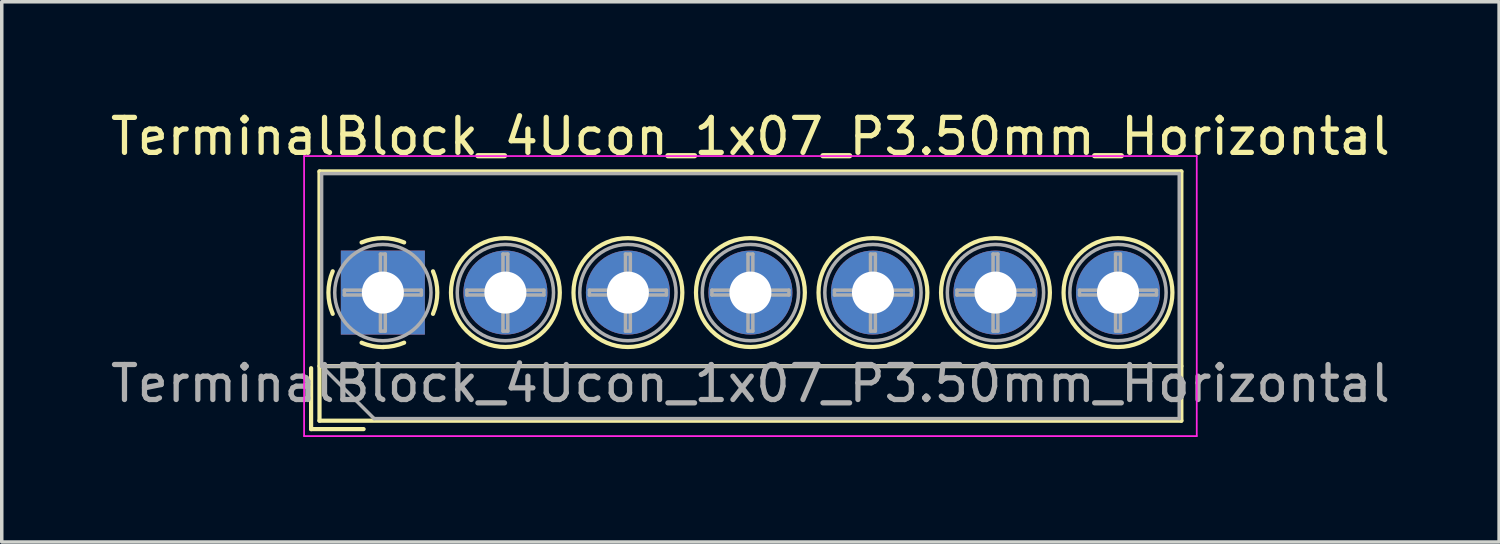
<source format=kicad_pcb>
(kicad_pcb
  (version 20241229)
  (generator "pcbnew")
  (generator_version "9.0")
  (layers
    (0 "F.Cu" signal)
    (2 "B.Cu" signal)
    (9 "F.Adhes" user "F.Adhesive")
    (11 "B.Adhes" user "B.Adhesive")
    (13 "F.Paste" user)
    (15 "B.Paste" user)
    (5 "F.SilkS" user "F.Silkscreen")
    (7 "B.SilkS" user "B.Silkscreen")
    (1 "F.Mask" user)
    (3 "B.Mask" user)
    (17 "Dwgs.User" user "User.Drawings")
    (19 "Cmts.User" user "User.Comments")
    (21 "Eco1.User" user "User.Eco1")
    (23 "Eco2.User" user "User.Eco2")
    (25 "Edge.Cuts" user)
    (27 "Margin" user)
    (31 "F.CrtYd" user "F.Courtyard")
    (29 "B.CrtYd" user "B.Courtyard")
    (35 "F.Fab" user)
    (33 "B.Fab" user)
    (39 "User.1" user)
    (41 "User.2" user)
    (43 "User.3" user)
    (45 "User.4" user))
  (footprint "TerminalBlock_4Ucon_1x07_P3.50mm_Horizontal"
    (layer "F.Cu")
    (at 7.887 5.308)
    (property "Reference" "TerminalBlock_4Ucon_1x07_P3.50mm_Horizontal" (at 10.5 -4.46 0) (layer "F.SilkS") (effects (font (size 1 1) (thickness 0.15))))
    (attr through_hole)
    (fp_line (start -2.05 2.16) (end -2.05 3.9) (stroke (width 0.12) (type solid)) (layer "F.SilkS"))
    (fp_line (start -2.05 3.9) (end -0.55 3.9) (stroke (width 0.12) (type solid)) (layer "F.SilkS"))
    (fp_line (start -1.81 -3.46) (end -1.81 3.66) (stroke (width 0.12) (type solid)) (layer "F.SilkS"))
    (fp_line (start -1.81 2.1) (end 22.81 2.1) (stroke (width 0.12) (type solid)) (layer "F.SilkS"))
    (fp_line (start -1.81 3.66) (end 22.81 3.66) (stroke (width 0.12) (type solid)) (layer "F.SilkS"))
    (fp_line (start 22.81 -3.46) (end -1.81 -3.46) (stroke (width 0.12) (type solid)) (layer "F.SilkS"))
    (fp_line (start 22.81 3.66) (end 22.81 -3.46) (stroke (width 0.12) (type solid)) (layer "F.SilkS"))
    (fp_arc (start -1.432109 0.607742) (mid -1.555727 -0.00014) (end -1.432 -0.608) (stroke (width 0.12) (type solid)) (layer "F.SilkS"))
    (fp_arc (start -0.607742 -1.432109) (mid 0.00014 -1.555727) (end 0.608 -1.432) (stroke (width 0.12) (type solid)) (layer "F.SilkS"))
    (fp_arc (start 0.027011 1.555493) (mid -0.296984 1.527118) (end -0.608 1.432) (stroke (width 0.12) (type solid)) (layer "F.SilkS"))
    (fp_arc (start 0.607587 1.431385) (mid 0.310017 1.523783) (end 0 1.555) (stroke (width 0.12) (type solid)) (layer "F.SilkS"))
    (fp_arc (start 1.432109 -0.607742) (mid 1.555727 0.00014) (end 1.432 0.608) (stroke (width 0.12) (type solid)) (layer "F.SilkS"))
    (fp_circle (center 3.5 0) (end 5.055 0) (stroke (width 0.12) (type solid)) (fill no) (layer "F.SilkS"))
    (fp_circle (center 7 0) (end 8.555 0) (stroke (width 0.12) (type solid)) (fill no) (layer "F.SilkS"))
    (fp_circle (center 10.5 0) (end 12.055 0) (stroke (width 0.12) (type solid)) (fill no) (layer "F.SilkS"))
    (fp_circle (center 14 0) (end 15.555 0) (stroke (width 0.12) (type solid)) (fill no) (layer "F.SilkS"))
    (fp_circle (center 17.5 0) (end 19.055 0) (stroke (width 0.12) (type solid)) (fill no) (layer "F.SilkS"))
    (fp_circle (center 21 0) (end 22.555 0) (stroke (width 0.12) (type solid)) (fill no) (layer "F.SilkS"))
    (fp_line (start -2.25 -3.9) (end -2.25 4.1) (stroke (width 0.05) (type solid)) (layer "F.CrtYd"))
    (fp_line (start -2.25 4.1) (end 23.25 4.1) (stroke (width 0.05) (type solid)) (layer "F.CrtYd"))
    (fp_line (start 23.25 -3.9) (end -2.25 -3.9) (stroke (width 0.05) (type solid)) (layer "F.CrtYd"))
    (fp_line (start 23.25 4.1) (end 23.25 -3.9) (stroke (width 0.05) (type solid)) (layer "F.CrtYd"))
    (fp_line (start -1.75 -3.4) (end 22.75 -3.4) (stroke (width 0.1) (type solid)) (layer "F.Fab"))
    (fp_line (start -1.75 2.1) (end -1.75 -3.4) (stroke (width 0.1) (type solid)) (layer "F.Fab"))
    (fp_line (start -1.75 2.1) (end 22.75 2.1) (stroke (width 0.1) (type solid)) (layer "F.Fab"))
    (fp_line (start -1.1 -0.069) (end -0.069 -0.069) (stroke (width 0.1) (type solid)) (layer "F.Fab"))
    (fp_line (start -1.1 0.069) (end -1.1 -0.069) (stroke (width 0.1) (type solid)) (layer "F.Fab"))
    (fp_line (start -0.25 3.6) (end -1.75 2.1) (stroke (width 0.1) (type solid)) (layer "F.Fab"))
    (fp_line (start -0.069 -1.1) (end 0.069 -1.1) (stroke (width 0.1) (type solid)) (layer "F.Fab"))
    (fp_line (start -0.069 -0.069) (end -0.069 -1.1) (stroke (width 0.1) (type solid)) (layer "F.Fab"))
    (fp_line (start -0.069 0.069) (end -1.1 0.069) (stroke (width 0.1) (type solid)) (layer "F.Fab"))
    (fp_line (start -0.069 1.1) (end -0.069 0.069) (stroke (width 0.1) (type solid)) (layer "F.Fab"))
    (fp_line (start 0.069 -1.1) (end 0.069 -0.069) (stroke (width 0.1) (type solid)) (layer "F.Fab"))
    (fp_line (start 0.069 -0.069) (end 1.1 -0.069) (stroke (width 0.1) (type solid)) (layer "F.Fab"))
    (fp_line (start 0.069 0.069) (end 0.069 1.1) (stroke (width 0.1) (type solid)) (layer "F.Fab"))
    (fp_line (start 0.069 1.1) (end -0.069 1.1) (stroke (width 0.1) (type solid)) (layer "F.Fab"))
    (fp_line (start 1.1 -0.069) (end 1.1 0.069) (stroke (width 0.1) (type solid)) (layer "F.Fab"))
    (fp_line (start 1.1 0.069) (end 0.069 0.069) (stroke (width 0.1) (type solid)) (layer "F.Fab"))
    (fp_line (start 2.4 -0.069) (end 3.431 -0.069) (stroke (width 0.1) (type solid)) (layer "F.Fab"))
    (fp_line (start 2.4 0.069) (end 2.4 -0.069) (stroke (width 0.1) (type solid)) (layer "F.Fab"))
    (fp_line (start 3.431 -1.1) (end 3.569 -1.1) (stroke (width 0.1) (type solid)) (layer "F.Fab"))
    (fp_line (start 3.431 -0.069) (end 3.431 -1.1) (stroke (width 0.1) (type solid)) (layer "F.Fab"))
    (fp_line (start 3.431 0.069) (end 2.4 0.069) (stroke (width 0.1) (type solid)) (layer "F.Fab"))
    (fp_line (start 3.431 1.1) (end 3.431 0.069) (stroke (width 0.1) (type solid)) (layer "F.Fab"))
    (fp_line (start 3.569 -1.1) (end 3.569 -0.069) (stroke (width 0.1) (type solid)) (layer "F.Fab"))
    (fp_line (start 3.569 -0.069) (end 4.6 -0.069) (stroke (width 0.1) (type solid)) (layer "F.Fab"))
    (fp_line (start 3.569 0.069) (end 3.569 1.1) (stroke (width 0.1) (type solid)) (layer "F.Fab"))
    (fp_line (start 3.569 1.1) (end 3.431 1.1) (stroke (width 0.1) (type solid)) (layer "F.Fab"))
    (fp_line (start 4.6 -0.069) (end 4.6 0.069) (stroke (width 0.1) (type solid)) (layer "F.Fab"))
    (fp_line (start 4.6 0.069) (end 3.569 0.069) (stroke (width 0.1) (type solid)) (layer "F.Fab"))
    (fp_line (start 5.9 -0.069) (end 6.931 -0.069) (stroke (width 0.1) (type solid)) (layer "F.Fab"))
    (fp_line (start 5.9 0.069) (end 5.9 -0.069) (stroke (width 0.1) (type solid)) (layer "F.Fab"))
    (fp_line (start 6.931 -1.1) (end 7.069 -1.1) (stroke (width 0.1) (type solid)) (layer "F.Fab"))
    (fp_line (start 6.931 -0.069) (end 6.931 -1.1) (stroke (width 0.1) (type solid)) (layer "F.Fab"))
    (fp_line (start 6.931 0.069) (end 5.9 0.069) (stroke (width 0.1) (type solid)) (layer "F.Fab"))
    (fp_line (start 6.931 1.1) (end 6.931 0.069) (stroke (width 0.1) (type solid)) (layer "F.Fab"))
    (fp_line (start 7.069 -1.1) (end 7.069 -0.069) (stroke (width 0.1) (type solid)) (layer "F.Fab"))
    (fp_line (start 7.069 -0.069) (end 8.1 -0.069) (stroke (width 0.1) (type solid)) (layer "F.Fab"))
    (fp_line (start 7.069 0.069) (end 7.069 1.1) (stroke (width 0.1) (type solid)) (layer "F.Fab"))
    (fp_line (start 7.069 1.1) (end 6.931 1.1) (stroke (width 0.1) (type solid)) (layer "F.Fab"))
    (fp_line (start 8.1 -0.069) (end 8.1 0.069) (stroke (width 0.1) (type solid)) (layer "F.Fab"))
    (fp_line (start 8.1 0.069) (end 7.069 0.069) (stroke (width 0.1) (type solid)) (layer "F.Fab"))
    (fp_line (start 9.4 -0.069) (end 10.431 -0.069) (stroke (width 0.1) (type solid)) (layer "F.Fab"))
    (fp_line (start 9.4 0.069) (end 9.4 -0.069) (stroke (width 0.1) (type solid)) (layer "F.Fab"))
    (fp_line (start 10.431 -1.1) (end 10.569 -1.1) (stroke (width 0.1) (type solid)) (layer "F.Fab"))
    (fp_line (start 10.431 -0.069) (end 10.431 -1.1) (stroke (width 0.1) (type solid)) (layer "F.Fab"))
    (fp_line (start 10.431 0.069) (end 9.4 0.069) (stroke (width 0.1) (type solid)) (layer "F.Fab"))
    (fp_line (start 10.431 1.1) (end 10.431 0.069) (stroke (width 0.1) (type solid)) (layer "F.Fab"))
    (fp_line (start 10.569 -1.1) (end 10.569 -0.069) (stroke (width 0.1) (type solid)) (layer "F.Fab"))
    (fp_line (start 10.569 -0.069) (end 11.6 -0.069) (stroke (width 0.1) (type solid)) (layer "F.Fab"))
    (fp_line (start 10.569 0.069) (end 10.569 1.1) (stroke (width 0.1) (type solid)) (layer "F.Fab"))
    (fp_line (start 10.569 1.1) (end 10.431 1.1) (stroke (width 0.1) (type solid)) (layer "F.Fab"))
    (fp_line (start 11.6 -0.069) (end 11.6 0.069) (stroke (width 0.1) (type solid)) (layer "F.Fab"))
    (fp_line (start 11.6 0.069) (end 10.569 0.069) (stroke (width 0.1) (type solid)) (layer "F.Fab"))
    (fp_line (start 12.9 -0.069) (end 13.931 -0.069) (stroke (width 0.1) (type solid)) (layer "F.Fab"))
    (fp_line (start 12.9 0.069) (end 12.9 -0.069) (stroke (width 0.1) (type solid)) (layer "F.Fab"))
    (fp_line (start 13.931 -1.1) (end 14.069 -1.1) (stroke (width 0.1) (type solid)) (layer "F.Fab"))
    (fp_line (start 13.931 -0.069) (end 13.931 -1.1) (stroke (width 0.1) (type solid)) (layer "F.Fab"))
    (fp_line (start 13.931 0.069) (end 12.9 0.069) (stroke (width 0.1) (type solid)) (layer "F.Fab"))
    (fp_line (start 13.931 1.1) (end 13.931 0.069) (stroke (width 0.1) (type solid)) (layer "F.Fab"))
    (fp_line (start 14.069 -1.1) (end 14.069 -0.069) (stroke (width 0.1) (type solid)) (layer "F.Fab"))
    (fp_line (start 14.069 -0.069) (end 15.1 -0.069) (stroke (width 0.1) (type solid)) (layer "F.Fab"))
    (fp_line (start 14.069 0.069) (end 14.069 1.1) (stroke (width 0.1) (type solid)) (layer "F.Fab"))
    (fp_line (start 14.069 1.1) (end 13.931 1.1) (stroke (width 0.1) (type solid)) (layer "F.Fab"))
    (fp_line (start 15.1 -0.069) (end 15.1 0.069) (stroke (width 0.1) (type solid)) (layer "F.Fab"))
    (fp_line (start 15.1 0.069) (end 14.069 0.069) (stroke (width 0.1) (type solid)) (layer "F.Fab"))
    (fp_line (start 16.4 -0.069) (end 17.431 -0.069) (stroke (width 0.1) (type solid)) (layer "F.Fab"))
    (fp_line (start 16.4 0.069) (end 16.4 -0.069) (stroke (width 0.1) (type solid)) (layer "F.Fab"))
    (fp_line (start 17.431 -1.1) (end 17.569 -1.1) (stroke (width 0.1) (type solid)) (layer "F.Fab"))
    (fp_line (start 17.431 -0.069) (end 17.431 -1.1) (stroke (width 0.1) (type solid)) (layer "F.Fab"))
    (fp_line (start 17.431 0.069) (end 16.4 0.069) (stroke (width 0.1) (type solid)) (layer "F.Fab"))
    (fp_line (start 17.431 1.1) (end 17.431 0.069) (stroke (width 0.1) (type solid)) (layer "F.Fab"))
    (fp_line (start 17.569 -1.1) (end 17.569 -0.069) (stroke (width 0.1) (type solid)) (layer "F.Fab"))
    (fp_line (start 17.569 -0.069) (end 18.6 -0.069) (stroke (width 0.1) (type solid)) (layer "F.Fab"))
    (fp_line (start 17.569 0.069) (end 17.569 1.1) (stroke (width 0.1) (type solid)) (layer "F.Fab"))
    (fp_line (start 17.569 1.1) (end 17.431 1.1) (stroke (width 0.1) (type solid)) (layer "F.Fab"))
    (fp_line (start 18.6 -0.069) (end 18.6 0.069) (stroke (width 0.1) (type solid)) (layer "F.Fab"))
    (fp_line (start 18.6 0.069) (end 17.569 0.069) (stroke (width 0.1) (type solid)) (layer "F.Fab"))
    (fp_line (start 19.9 -0.069) (end 20.931 -0.069) (stroke (width 0.1) (type solid)) (layer "F.Fab"))
    (fp_line (start 19.9 0.069) (end 19.9 -0.069) (stroke (width 0.1) (type solid)) (layer "F.Fab"))
    (fp_line (start 20.931 -1.1) (end 21.069 -1.1) (stroke (width 0.1) (type solid)) (layer "F.Fab"))
    (fp_line (start 20.931 -0.069) (end 20.931 -1.1) (stroke (width 0.1) (type solid)) (layer "F.Fab"))
    (fp_line (start 20.931 0.069) (end 19.9 0.069) (stroke (width 0.1) (type solid)) (layer "F.Fab"))
    (fp_line (start 20.931 1.1) (end 20.931 0.069) (stroke (width 0.1) (type solid)) (layer "F.Fab"))
    (fp_line (start 21.069 -1.1) (end 21.069 -0.069) (stroke (width 0.1) (type solid)) (layer "F.Fab"))
    (fp_line (start 21.069 -0.069) (end 22.1 -0.069) (stroke (width 0.1) (type solid)) (layer "F.Fab"))
    (fp_line (start 21.069 0.069) (end 21.069 1.1) (stroke (width 0.1) (type solid)) (layer "F.Fab"))
    (fp_line (start 21.069 1.1) (end 20.931 1.1) (stroke (width 0.1) (type solid)) (layer "F.Fab"))
    (fp_line (start 22.1 -0.069) (end 22.1 0.069) (stroke (width 0.1) (type solid)) (layer "F.Fab"))
    (fp_line (start 22.1 0.069) (end 21.069 0.069) (stroke (width 0.1) (type solid)) (layer "F.Fab"))
    (fp_line (start 22.75 -3.4) (end 22.75 3.6) (stroke (width 0.1) (type solid)) (layer "F.Fab"))
    (fp_line (start 22.75 3.6) (end -0.25 3.6) (stroke (width 0.1) (type solid)) (layer "F.Fab"))
    (fp_circle (center 0 0) (end 1.375 0) (stroke (width 0.1) (type solid)) (fill no) (layer "F.Fab"))
    (fp_circle (center 3.5 0) (end 4.875 0) (stroke (width 0.1) (type solid)) (fill no) (layer "F.Fab"))
    (fp_circle (center 7 0) (end 8.375 0) (stroke (width 0.1) (type solid)) (fill no) (layer "F.Fab"))
    (fp_circle (center 10.5 0) (end 11.875 0) (stroke (width 0.1) (type solid)) (fill no) (layer "F.Fab"))
    (fp_circle (center 14 0) (end 15.375 0) (stroke (width 0.1) (type solid)) (fill no) (layer "F.Fab"))
    (fp_circle (center 17.5 0) (end 18.875 0) (stroke (width 0.1) (type solid)) (fill no) (layer "F.Fab"))
    (fp_circle (center 21 0) (end 22.375 0) (stroke (width 0.1) (type solid)) (fill no) (layer "F.Fab"))
    (fp_text user "${REFERENCE}" (at 10.5 2.6 0) (layer "F.Fab") (effects (font (size 1 1) (thickness 0.15))))
    (pad "1" thru_hole rect (at 0 0) (size 2.4 2.4) (drill 1.2) (layers "*.Cu" "*.Mask"))
    (pad "2" thru_hole circle (at 3.5 0) (size 2.4 2.4) (drill 1.2) (layers "*.Cu" "*.Mask"))
    (pad "3" thru_hole circle (at 7 0) (size 2.4 2.4) (drill 1.2) (layers "*.Cu" "*.Mask"))
    (pad "4" thru_hole circle (at 10.5 0) (size 2.4 2.4) (drill 1.2) (layers "*.Cu" "*.Mask"))
    (pad "5" thru_hole circle (at 14 0) (size 2.4 2.4) (drill 1.2) (layers "*.Cu" "*.Mask"))
    (pad "6" thru_hole circle (at 17.5 0) (size 2.4 2.4) (drill 1.2) (layers "*.Cu" "*.Mask"))
    (pad "7" thru_hole circle (at 21 0) (size 2.4 2.4) (drill 1.2) (layers "*.Cu" "*.Mask")))
  (gr_rect
    (start -3 -3)
    (end 39.774 12.433)
    (stroke (width 0.1) (type default))
    (fill no)
    (layer "Edge.Cuts")))
</source>
